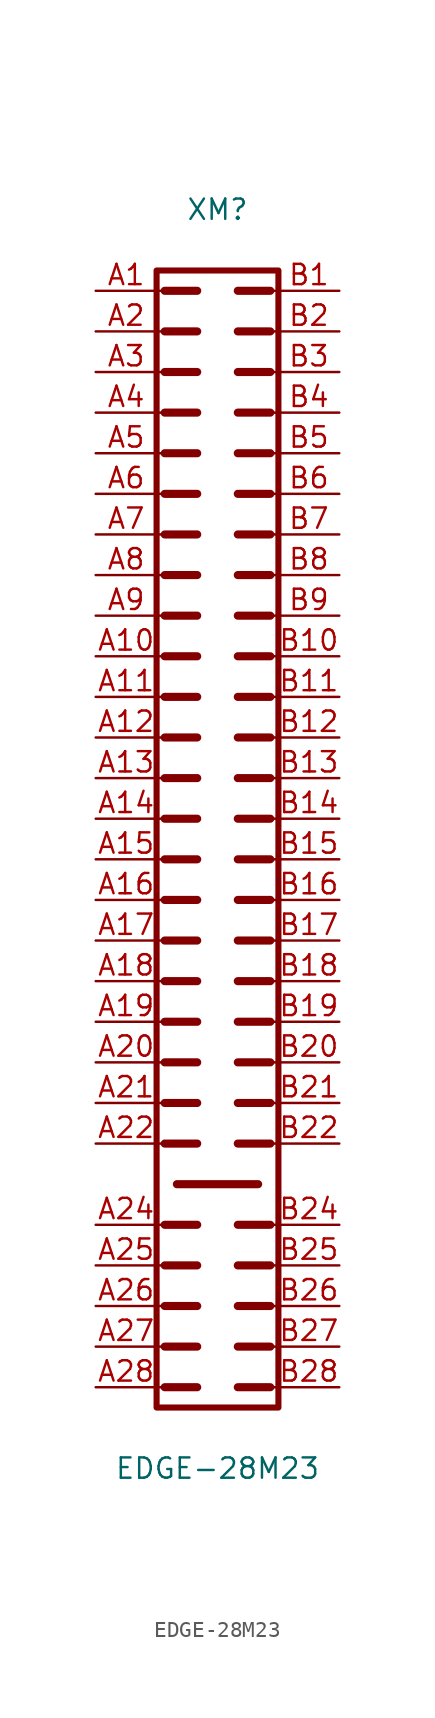
<source format=kicad_sym>
(kicad_symbol_lib
  (version 20231120)
  (generator "kicad_symbol_editor")
  (generator_version "8.0")
  (symbol "EDGE-28M23"
    (pin_names
      (offset 1.016))
    (property "Reference" "XM"
      (at 0 39.37 0)
      (effects (font (size 1.27 1.27))))
    (property "Value" "EDGE-28M23"
      (at 0 -39.37 0)
      (effects (font (size 1.27 1.27))))
    (symbol "EDGE-28M23_0_0"
      (polyline (pts (xy -2.54 -21.59) (xy 2.54 -21.59)) (stroke (width 0.508) (type default)) (fill (type none))))
    (symbol "EDGE-28M23_0_1"
      (rectangle (start -3.81 35.56) (end 3.81 -35.56) (stroke (width 0.381) (type default)) (fill (type none)))
      (polyline (pts (xy -3.81 -34.29) (xy -3.302 -34.29)) (stroke (width 0) (type default)) (fill (type none)))
      (polyline (pts (xy -3.81 -31.75) (xy -3.302 -31.75)) (stroke (width 0) (type default)) (fill (type none)))
      (polyline (pts (xy -3.81 -29.21) (xy -3.302 -29.21)) (stroke (width 0) (type default)) (fill (type none)))
      (polyline (pts (xy -3.81 -26.67) (xy -3.302 -26.67)) (stroke (width 0) (type default)) (fill (type none)))
      (polyline (pts (xy -3.81 -24.13) (xy -3.302 -24.13)) (stroke (width 0) (type default)) (fill (type none)))
      (polyline (pts (xy -3.81 -19.05) (xy -3.302 -19.05)) (stroke (width 0) (type default)) (fill (type none)))
      (polyline (pts (xy -3.81 -16.51) (xy -3.302 -16.51)) (stroke (width 0) (type default)) (fill (type none)))
      (polyline (pts (xy -3.81 -13.97) (xy -3.302 -13.97)) (stroke (width 0) (type default)) (fill (type none)))
      (polyline (pts (xy -3.81 -11.43) (xy -3.302 -11.43)) (stroke (width 0) (type default)) (fill (type none)))
      (polyline (pts (xy -3.81 -8.89) (xy -3.302 -8.89)) (stroke (width 0) (type default)) (fill (type none)))
      (polyline (pts (xy -3.81 -6.35) (xy -3.302 -6.35)) (stroke (width 0) (type default)) (fill (type none)))
      (polyline (pts (xy -3.81 -3.81) (xy -3.302 -3.81)) (stroke (width 0) (type default)) (fill (type none)))
      (polyline (pts (xy -3.81 -1.27) (xy -3.302 -1.27)) (stroke (width 0) (type default)) (fill (type none)))
      (polyline (pts (xy -3.81 1.27) (xy -3.302 1.27)) (stroke (width 0) (type default)) (fill (type none)))
      (polyline (pts (xy -3.81 3.81) (xy -3.302 3.81)) (stroke (width 0) (type default)) (fill (type none)))
      (polyline (pts (xy -3.81 6.35) (xy -3.302 6.35)) (stroke (width 0) (type default)) (fill (type none)))
      (polyline (pts (xy -3.81 8.89) (xy -3.302 8.89)) (stroke (width 0) (type default)) (fill (type none)))
      (polyline (pts (xy -3.81 11.43) (xy -3.302 11.43)) (stroke (width 0) (type default)) (fill (type none)))
      (polyline (pts (xy -3.81 13.97) (xy -3.302 13.97)) (stroke (width 0) (type default)) (fill (type none)))
      (polyline (pts (xy -3.81 16.51) (xy -3.302 16.51)) (stroke (width 0) (type default)) (fill (type none)))
      (polyline (pts (xy -3.81 19.05) (xy -3.302 19.05)) (stroke (width 0) (type default)) (fill (type none)))
      (polyline (pts (xy -3.81 21.59) (xy -3.302 21.59)) (stroke (width 0) (type default)) (fill (type none)))
      (polyline (pts (xy -3.81 24.13) (xy -3.302 24.13)) (stroke (width 0) (type default)) (fill (type none)))
      (polyline (pts (xy -3.81 26.67) (xy -3.302 26.67)) (stroke (width 0) (type default)) (fill (type none)))
      (polyline (pts (xy -3.81 29.21) (xy -3.302 29.21)) (stroke (width 0) (type default)) (fill (type none)))
      (polyline (pts (xy -3.81 31.75) (xy -3.302 31.75)) (stroke (width 0) (type default)) (fill (type none)))
      (polyline (pts (xy -3.81 34.29) (xy -3.302 34.29)) (stroke (width 0) (type default)) (fill (type none)))
      (polyline (pts (xy -3.302 -34.29) (xy -1.27 -34.29)) (stroke (width 0.508) (type default)) (fill (type none)))
      (polyline (pts (xy -3.302 -31.75) (xy -1.27 -31.75)) (stroke (width 0.508) (type default)) (fill (type none)))
      (polyline (pts (xy -3.302 -29.21) (xy -1.27 -29.21)) (stroke (width 0.508) (type default)) (fill (type none)))
      (polyline (pts (xy -3.302 -26.67) (xy -1.27 -26.67)) (stroke (width 0.508) (type default)) (fill (type none)))
      (polyline (pts (xy -3.302 -24.13) (xy -1.27 -24.13)) (stroke (width 0.508) (type default)) (fill (type none)))
      (polyline (pts (xy -3.302 -19.05) (xy -1.27 -19.05)) (stroke (width 0.508) (type default)) (fill (type none)))
      (polyline (pts (xy -3.302 -16.51) (xy -1.27 -16.51)) (stroke (width 0.508) (type default)) (fill (type none)))
      (polyline (pts (xy -3.302 -13.97) (xy -1.27 -13.97)) (stroke (width 0.508) (type default)) (fill (type none)))
      (polyline (pts (xy -3.302 -11.43) (xy -1.27 -11.43)) (stroke (width 0.508) (type default)) (fill (type none)))
      (polyline (pts (xy -3.302 -8.89) (xy -1.27 -8.89)) (stroke (width 0.508) (type default)) (fill (type none)))
      (polyline (pts (xy -3.302 -6.35) (xy -1.27 -6.35)) (stroke (width 0.508) (type default)) (fill (type none)))
      (polyline (pts (xy -3.302 -3.81) (xy -1.27 -3.81)) (stroke (width 0.508) (type default)) (fill (type none)))
      (polyline (pts (xy -3.302 -1.27) (xy -1.27 -1.27)) (stroke (width 0.508) (type default)) (fill (type none)))
      (polyline (pts (xy -3.302 1.27) (xy -1.27 1.27)) (stroke (width 0.508) (type default)) (fill (type none)))
      (polyline (pts (xy -3.302 3.81) (xy -1.27 3.81)) (stroke (width 0.508) (type default)) (fill (type none)))
      (polyline (pts (xy -3.302 6.35) (xy -1.27 6.35)) (stroke (width 0.508) (type default)) (fill (type none)))
      (polyline (pts (xy -3.302 8.89) (xy -1.27 8.89)) (stroke (width 0.508) (type default)) (fill (type none)))
      (polyline (pts (xy -3.302 11.43) (xy -1.27 11.43)) (stroke (width 0.508) (type default)) (fill (type none)))
      (polyline (pts (xy -3.302 13.97) (xy -1.27 13.97)) (stroke (width 0.508) (type default)) (fill (type none)))
      (polyline (pts (xy -3.302 16.51) (xy -1.27 16.51)) (stroke (width 0.508) (type default)) (fill (type none)))
      (polyline (pts (xy -3.302 19.05) (xy -1.27 19.05)) (stroke (width 0.508) (type default)) (fill (type none)))
      (polyline (pts (xy -3.302 21.59) (xy -1.27 21.59)) (stroke (width 0.508) (type default)) (fill (type none)))
      (polyline (pts (xy -3.302 24.13) (xy -1.27 24.13)) (stroke (width 0.508) (type default)) (fill (type none)))
      (polyline (pts (xy -3.302 26.67) (xy -1.27 26.67)) (stroke (width 0.508) (type default)) (fill (type none)))
      (polyline (pts (xy -3.302 29.21) (xy -1.27 29.21)) (stroke (width 0.508) (type default)) (fill (type none)))
      (polyline (pts (xy -3.302 31.75) (xy -1.27 31.75)) (stroke (width 0.508) (type default)) (fill (type none)))
      (polyline (pts (xy -3.302 34.29) (xy -1.27 34.29)) (stroke (width 0.508) (type default)) (fill (type none)))
      (polyline (pts (xy 3.302 -34.29) (xy 1.27 -34.29)) (stroke (width 0.508) (type default)) (fill (type none)))
      (polyline (pts (xy 3.302 -31.75) (xy 1.27 -31.75)) (stroke (width 0.508) (type default)) (fill (type none)))
      (polyline (pts (xy 3.302 -29.21) (xy 1.27 -29.21)) (stroke (width 0.508) (type default)) (fill (type none)))
      (polyline (pts (xy 3.302 -26.67) (xy 1.27 -26.67)) (stroke (width 0.508) (type default)) (fill (type none)))
      (polyline (pts (xy 3.302 -24.13) (xy 1.27 -24.13)) (stroke (width 0.508) (type default)) (fill (type none)))
      (polyline (pts (xy 3.302 -19.05) (xy 1.27 -19.05)) (stroke (width 0.508) (type default)) (fill (type none)))
      (polyline (pts (xy 3.302 -16.51) (xy 1.27 -16.51)) (stroke (width 0.508) (type default)) (fill (type none)))
      (polyline (pts (xy 3.302 -13.97) (xy 1.27 -13.97)) (stroke (width 0.508) (type default)) (fill (type none)))
      (polyline (pts (xy 3.302 -11.43) (xy 1.27 -11.43)) (stroke (width 0.508) (type default)) (fill (type none)))
      (polyline (pts (xy 3.302 -8.89) (xy 1.27 -8.89)) (stroke (width 0.508) (type default)) (fill (type none)))
      (polyline (pts (xy 3.302 -6.35) (xy 1.27 -6.35)) (stroke (width 0.508) (type default)) (fill (type none)))
      (polyline (pts (xy 3.302 -3.81) (xy 1.27 -3.81)) (stroke (width 0.508) (type default)) (fill (type none)))
      (polyline (pts (xy 3.302 -1.27) (xy 1.27 -1.27)) (stroke (width 0.508) (type default)) (fill (type none)))
      (polyline (pts (xy 3.302 1.27) (xy 1.27 1.27)) (stroke (width 0.508) (type default)) (fill (type none)))
      (polyline (pts (xy 3.302 3.81) (xy 1.27 3.81)) (stroke (width 0.508) (type default)) (fill (type none)))
      (polyline (pts (xy 3.302 6.35) (xy 1.27 6.35)) (stroke (width 0.508) (type default)) (fill (type none)))
      (polyline (pts (xy 3.302 8.89) (xy 1.27 8.89)) (stroke (width 0.508) (type default)) (fill (type none)))
      (polyline (pts (xy 3.302 11.43) (xy 1.27 11.43)) (stroke (width 0.508) (type default)) (fill (type none)))
      (polyline (pts (xy 3.302 13.97) (xy 1.27 13.97)) (stroke (width 0.508) (type default)) (fill (type none)))
      (polyline (pts (xy 3.302 16.51) (xy 1.27 16.51)) (stroke (width 0.508) (type default)) (fill (type none)))
      (polyline (pts (xy 3.302 19.05) (xy 1.27 19.05)) (stroke (width 0.508) (type default)) (fill (type none)))
      (polyline (pts (xy 3.302 21.59) (xy 1.27 21.59)) (stroke (width 0.508) (type default)) (fill (type none)))
      (polyline (pts (xy 3.302 24.13) (xy 1.27 24.13)) (stroke (width 0.508) (type default)) (fill (type none)))
      (polyline (pts (xy 3.302 26.67) (xy 1.27 26.67)) (stroke (width 0.508) (type default)) (fill (type none)))
      (polyline (pts (xy 3.302 29.21) (xy 1.27 29.21)) (stroke (width 0.508) (type default)) (fill (type none)))
      (polyline (pts (xy 3.302 31.75) (xy 1.27 31.75)) (stroke (width 0.508) (type default)) (fill (type none)))
      (polyline (pts (xy 3.302 34.29) (xy 1.27 34.29)) (stroke (width 0.508) (type default)) (fill (type none)))
      (polyline (pts (xy 3.81 -34.29) (xy 3.302 -34.29)) (stroke (width 0) (type default)) (fill (type none)))
      (polyline (pts (xy 3.81 -31.75) (xy 3.302 -31.75)) (stroke (width 0) (type default)) (fill (type none)))
      (polyline (pts (xy 3.81 -29.21) (xy 3.302 -29.21)) (stroke (width 0) (type default)) (fill (type none)))
      (polyline (pts (xy 3.81 -26.67) (xy 3.302 -26.67)) (stroke (width 0) (type default)) (fill (type none)))
      (polyline (pts (xy 3.81 -24.13) (xy 3.302 -24.13)) (stroke (width 0) (type default)) (fill (type none)))
      (polyline (pts (xy 3.81 -19.05) (xy 3.302 -19.05)) (stroke (width 0) (type default)) (fill (type none)))
      (polyline (pts (xy 3.81 -16.51) (xy 3.302 -16.51)) (stroke (width 0) (type default)) (fill (type none)))
      (polyline (pts (xy 3.81 -13.97) (xy 3.302 -13.97)) (stroke (width 0) (type default)) (fill (type none)))
      (polyline (pts (xy 3.81 -11.43) (xy 3.302 -11.43)) (stroke (width 0) (type default)) (fill (type none)))
      (polyline (pts (xy 3.81 -8.89) (xy 3.302 -8.89)) (stroke (width 0) (type default)) (fill (type none)))
      (polyline (pts (xy 3.81 -6.35) (xy 3.302 -6.35)) (stroke (width 0) (type default)) (fill (type none)))
      (polyline (pts (xy 3.81 -3.81) (xy 3.302 -3.81)) (stroke (width 0) (type default)) (fill (type none)))
      (polyline (pts (xy 3.81 -1.27) (xy 3.302 -1.27)) (stroke (width 0) (type default)) (fill (type none)))
      (polyline (pts (xy 3.81 1.27) (xy 3.302 1.27)) (stroke (width 0) (type default)) (fill (type none)))
      (polyline (pts (xy 3.81 3.81) (xy 3.302 3.81)) (stroke (width 0) (type default)) (fill (type none)))
      (polyline (pts (xy 3.81 6.35) (xy 3.302 6.35)) (stroke (width 0) (type default)) (fill (type none)))
      (polyline (pts (xy 3.81 8.89) (xy 3.302 8.89)) (stroke (width 0) (type default)) (fill (type none)))
      (polyline (pts (xy 3.81 11.43) (xy 3.302 11.43)) (stroke (width 0) (type default)) (fill (type none)))
      (polyline (pts (xy 3.81 13.97) (xy 3.302 13.97)) (stroke (width 0) (type default)) (fill (type none)))
      (polyline (pts (xy 3.81 16.51) (xy 3.302 16.51)) (stroke (width 0) (type default)) (fill (type none)))
      (polyline (pts (xy 3.81 19.05) (xy 3.302 19.05)) (stroke (width 0) (type default)) (fill (type none)))
      (polyline (pts (xy 3.81 21.59) (xy 3.302 21.59)) (stroke (width 0) (type default)) (fill (type none)))
      (polyline (pts (xy 3.81 24.13) (xy 3.302 24.13)) (stroke (width 0) (type default)) (fill (type none)))
      (polyline (pts (xy 3.81 26.67) (xy 3.302 26.67)) (stroke (width 0) (type default)) (fill (type none)))
      (polyline (pts (xy 3.81 29.21) (xy 3.302 29.21)) (stroke (width 0) (type default)) (fill (type none)))
      (polyline (pts (xy 3.81 31.75) (xy 3.302 31.75)) (stroke (width 0) (type default)) (fill (type none)))
      (polyline (pts (xy 3.81 34.29) (xy 3.302 34.29)) (stroke (width 0) (type default)) (fill (type none))))
    (symbol "EDGE-28M23_1_1"
      (pin passive line (at -7.62 34.29 0) (length 3.81) (name "~" (effects (font (size 1.27 1.27)))) (number "A1" (effects (font (size 1.27 1.27)))))
      (pin passive line (at -7.62 11.43 0) (length 3.81) (name "~" (effects (font (size 1.27 1.27)))) (number "A10" (effects (font (size 1.27 1.27)))))
      (pin passive line (at -7.62 8.89 0) (length 3.81) (name "~" (effects (font (size 1.27 1.27)))) (number "A11" (effects (font (size 1.27 1.27)))))
      (pin passive line (at -7.62 6.35 0) (length 3.81) (name "~" (effects (font (size 1.27 1.27)))) (number "A12" (effects (font (size 1.27 1.27)))))
      (pin passive line (at -7.62 3.81 0) (length 3.81) (name "~" (effects (font (size 1.27 1.27)))) (number "A13" (effects (font (size 1.27 1.27)))))
      (pin passive line (at -7.62 1.27 0) (length 3.81) (name "~" (effects (font (size 1.27 1.27)))) (number "A14" (effects (font (size 1.27 1.27)))))
      (pin passive line (at -7.62 -1.27 0) (length 3.81) (name "~" (effects (font (size 1.27 1.27)))) (number "A15" (effects (font (size 1.27 1.27)))))
      (pin passive line (at -7.62 -3.81 0) (length 3.81) (name "~" (effects (font (size 1.27 1.27)))) (number "A16" (effects (font (size 1.27 1.27)))))
      (pin passive line (at -7.62 -6.35 0) (length 3.81) (name "~" (effects (font (size 1.27 1.27)))) (number "A17" (effects (font (size 1.27 1.27)))))
      (pin passive line (at -7.62 -8.89 0) (length 3.81) (name "~" (effects (font (size 1.27 1.27)))) (number "A18" (effects (font (size 1.27 1.27)))))
      (pin passive line (at -7.62 -11.43 0) (length 3.81) (name "~" (effects (font (size 1.27 1.27)))) (number "A19" (effects (font (size 1.27 1.27)))))
      (pin passive line (at -7.62 31.75 0) (length 3.81) (name "~" (effects (font (size 1.27 1.27)))) (number "A2" (effects (font (size 1.27 1.27)))))
      (pin passive line (at -7.62 -13.97 0) (length 3.81) (name "~" (effects (font (size 1.27 1.27)))) (number "A20" (effects (font (size 1.27 1.27)))))
      (pin passive line (at -7.62 -16.51 0) (length 3.81) (name "~" (effects (font (size 1.27 1.27)))) (number "A21" (effects (font (size 1.27 1.27)))))
      (pin passive line (at -7.62 -19.05 0) (length 3.81) (name "~" (effects (font (size 1.27 1.27)))) (number "A22" (effects (font (size 1.27 1.27)))))
      (pin passive line (at -7.62 -24.13 0) (length 3.81) (name "~" (effects (font (size 1.27 1.27)))) (number "A24" (effects (font (size 1.27 1.27)))))
      (pin passive line (at -7.62 -26.67 0) (length 3.81) (name "~" (effects (font (size 1.27 1.27)))) (number "A25" (effects (font (size 1.27 1.27)))))
      (pin passive line (at -7.62 -29.21 0) (length 3.81) (name "~" (effects (font (size 1.27 1.27)))) (number "A26" (effects (font (size 1.27 1.27)))))
      (pin passive line (at -7.62 -31.75 0) (length 3.81) (name "~" (effects (font (size 1.27 1.27)))) (number "A27" (effects (font (size 1.27 1.27)))))
      (pin passive line (at -7.62 -34.29 0) (length 3.81) (name "~" (effects (font (size 1.27 1.27)))) (number "A28" (effects (font (size 1.27 1.27)))))
      (pin passive line (at -7.62 29.21 0) (length 3.81) (name "~" (effects (font (size 1.27 1.27)))) (number "A3" (effects (font (size 1.27 1.27)))))
      (pin passive line (at -7.62 26.67 0) (length 3.81) (name "~" (effects (font (size 1.27 1.27)))) (number "A4" (effects (font (size 1.27 1.27)))))
      (pin passive line (at -7.62 24.13 0) (length 3.81) (name "~" (effects (font (size 1.27 1.27)))) (number "A5" (effects (font (size 1.27 1.27)))))
      (pin passive line (at -7.62 21.59 0) (length 3.81) (name "~" (effects (font (size 1.27 1.27)))) (number "A6" (effects (font (size 1.27 1.27)))))
      (pin passive line (at -7.62 19.05 0) (length 3.81) (name "~" (effects (font (size 1.27 1.27)))) (number "A7" (effects (font (size 1.27 1.27)))))
      (pin passive line (at -7.62 16.51 0) (length 3.81) (name "~" (effects (font (size 1.27 1.27)))) (number "A8" (effects (font (size 1.27 1.27)))))
      (pin passive line (at -7.62 13.97 0) (length 3.81) (name "~" (effects (font (size 1.27 1.27)))) (number "A9" (effects (font (size 1.27 1.27)))))
      (pin passive line (at 7.62 34.29 180) (length 3.81) (name "~" (effects (font (size 1.27 1.27)))) (number "B1" (effects (font (size 1.27 1.27)))))
      (pin passive line (at 7.62 11.43 180) (length 3.81) (name "~" (effects (font (size 1.27 1.27)))) (number "B10" (effects (font (size 1.27 1.27)))))
      (pin passive line (at 7.62 8.89 180) (length 3.81) (name "~" (effects (font (size 1.27 1.27)))) (number "B11" (effects (font (size 1.27 1.27)))))
      (pin passive line (at 7.62 6.35 180) (length 3.81) (name "~" (effects (font (size 1.27 1.27)))) (number "B12" (effects (font (size 1.27 1.27)))))
      (pin passive line (at 7.62 3.81 180) (length 3.81) (name "~" (effects (font (size 1.27 1.27)))) (number "B13" (effects (font (size 1.27 1.27)))))
      (pin passive line (at 7.62 1.27 180) (length 3.81) (name "~" (effects (font (size 1.27 1.27)))) (number "B14" (effects (font (size 1.27 1.27)))))
      (pin passive line (at 7.62 -1.27 180) (length 3.81) (name "~" (effects (font (size 1.27 1.27)))) (number "B15" (effects (font (size 1.27 1.27)))))
      (pin passive line (at 7.62 -3.81 180) (length 3.81) (name "~" (effects (font (size 1.27 1.27)))) (number "B16" (effects (font (size 1.27 1.27)))))
      (pin passive line (at 7.62 -6.35 180) (length 3.81) (name "~" (effects (font (size 1.27 1.27)))) (number "B17" (effects (font (size 1.27 1.27)))))
      (pin passive line (at 7.62 -8.89 180) (length 3.81) (name "~" (effects (font (size 1.27 1.27)))) (number "B18" (effects (font (size 1.27 1.27)))))
      (pin passive line (at 7.62 -11.43 180) (length 3.81) (name "~" (effects (font (size 1.27 1.27)))) (number "B19" (effects (font (size 1.27 1.27)))))
      (pin passive line (at 7.62 31.75 180) (length 3.81) (name "~" (effects (font (size 1.27 1.27)))) (number "B2" (effects (font (size 1.27 1.27)))))
      (pin passive line (at 7.62 -13.97 180) (length 3.81) (name "~" (effects (font (size 1.27 1.27)))) (number "B20" (effects (font (size 1.27 1.27)))))
      (pin passive line (at 7.62 -16.51 180) (length 3.81) (name "~" (effects (font (size 1.27 1.27)))) (number "B21" (effects (font (size 1.27 1.27)))))
      (pin passive line (at 7.62 -19.05 180) (length 3.81) (name "~" (effects (font (size 1.27 1.27)))) (number "B22" (effects (font (size 1.27 1.27)))))
      (pin passive line (at 7.62 -24.13 180) (length 3.81) (name "~" (effects (font (size 1.27 1.27)))) (number "B24" (effects (font (size 1.27 1.27)))))
      (pin passive line (at 7.62 -26.67 180) (length 3.81) (name "~" (effects (font (size 1.27 1.27)))) (number "B25" (effects (font (size 1.27 1.27)))))
      (pin passive line (at 7.62 -29.21 180) (length 3.81) (name "~" (effects (font (size 1.27 1.27)))) (number "B26" (effects (font (size 1.27 1.27)))))
      (pin passive line (at 7.62 -31.75 180) (length 3.81) (name "~" (effects (font (size 1.27 1.27)))) (number "B27" (effects (font (size 1.27 1.27)))))
      (pin passive line (at 7.62 -34.29 180) (length 3.81) (name "~" (effects (font (size 1.27 1.27)))) (number "B28" (effects (font (size 1.27 1.27)))))
      (pin passive line (at 7.62 29.21 180) (length 3.81) (name "~" (effects (font (size 1.27 1.27)))) (number "B3" (effects (font (size 1.27 1.27)))))
      (pin passive line (at 7.62 26.67 180) (length 3.81) (name "~" (effects (font (size 1.27 1.27)))) (number "B4" (effects (font (size 1.27 1.27)))))
      (pin passive line (at 7.62 24.13 180) (length 3.81) (name "~" (effects (font (size 1.27 1.27)))) (number "B5" (effects (font (size 1.27 1.27)))))
      (pin passive line (at 7.62 21.59 180) (length 3.81) (name "~" (effects (font (size 1.27 1.27)))) (number "B6" (effects (font (size 1.27 1.27)))))
      (pin passive line (at 7.62 19.05 180) (length 3.81) (name "~" (effects (font (size 1.27 1.27)))) (number "B7" (effects (font (size 1.27 1.27)))))
      (pin passive line (at 7.62 16.51 180) (length 3.81) (name "~" (effects (font (size 1.27 1.27)))) (number "B8" (effects (font (size 1.27 1.27)))))
      (pin passive line (at 7.62 13.97 180) (length 3.81) (name "~" (effects (font (size 1.27 1.27)))) (number "B9" (effects (font (size 1.27 1.27))))))))
</source>
